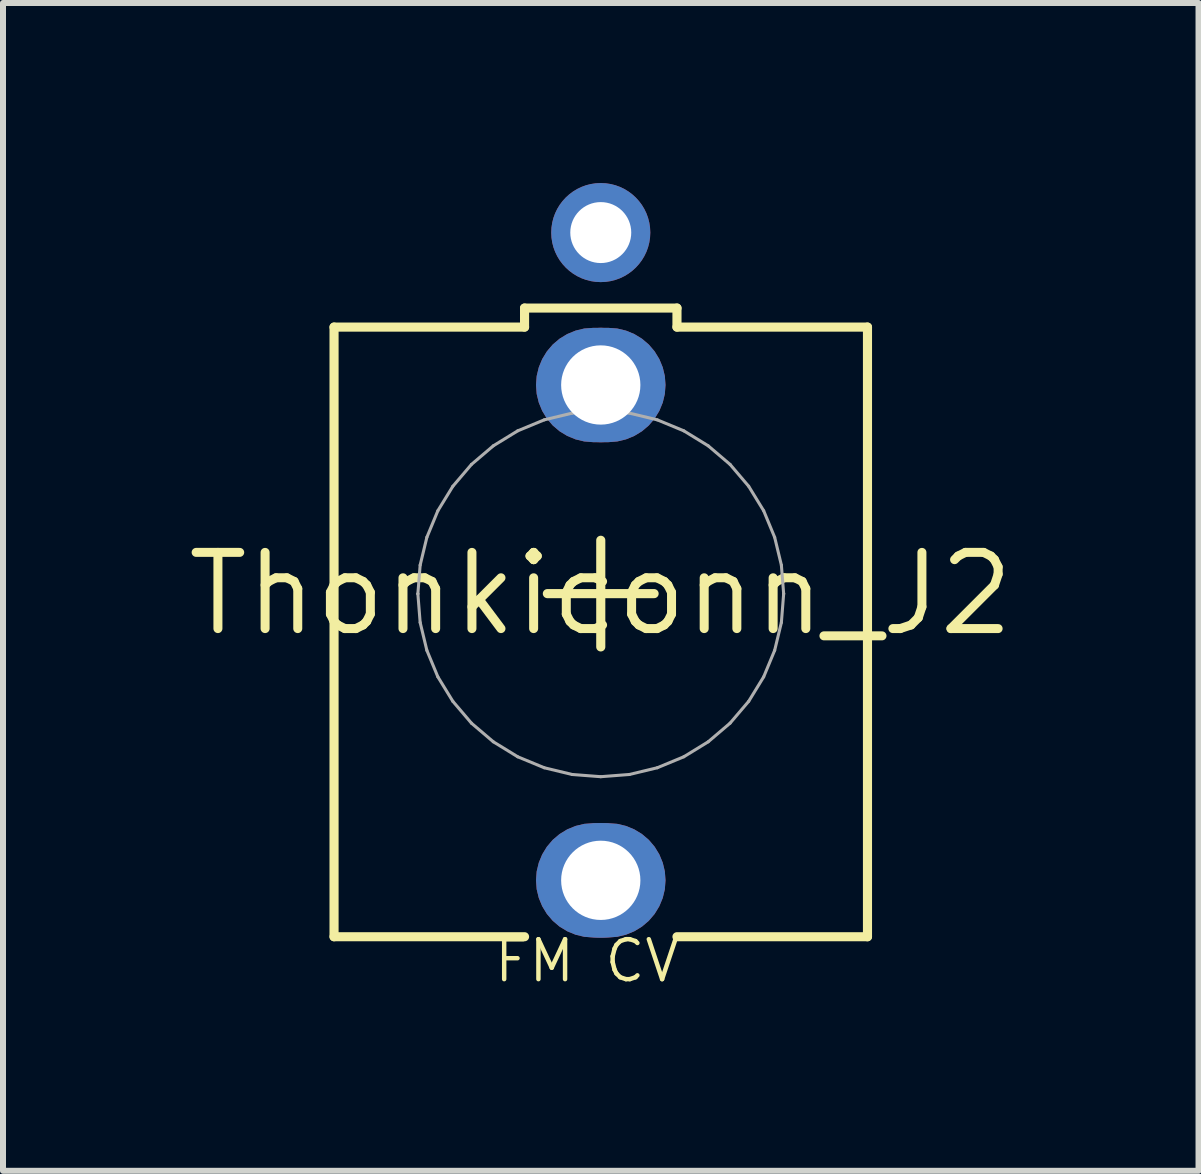
<source format=kicad_pcb>
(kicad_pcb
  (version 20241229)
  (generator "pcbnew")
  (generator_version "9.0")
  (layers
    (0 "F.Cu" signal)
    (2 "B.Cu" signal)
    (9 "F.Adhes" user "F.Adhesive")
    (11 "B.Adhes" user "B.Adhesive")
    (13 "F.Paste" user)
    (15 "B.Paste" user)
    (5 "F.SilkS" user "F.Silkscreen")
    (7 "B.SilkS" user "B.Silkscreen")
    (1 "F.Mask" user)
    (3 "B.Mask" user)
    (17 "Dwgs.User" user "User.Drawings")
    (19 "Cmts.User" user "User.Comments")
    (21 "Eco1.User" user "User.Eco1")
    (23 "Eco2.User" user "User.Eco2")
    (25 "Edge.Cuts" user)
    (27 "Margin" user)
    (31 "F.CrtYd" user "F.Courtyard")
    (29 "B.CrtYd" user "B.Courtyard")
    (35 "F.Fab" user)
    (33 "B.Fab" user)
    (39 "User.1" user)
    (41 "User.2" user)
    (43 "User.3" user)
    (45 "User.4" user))
  (footprint "Thonkiconn_J2"
    (layer "F.Cu")
    (at 6.962 6.846)
    (property "Reference" "Thonkiconn_J2" (at 0 0 0) (layer "F.SilkS") (effects (font (size 1.27 1.27) (thickness 0.15))))
    (fp_poly (pts (xy 0.276 -4.421) (xy 0.421 -4.386) (xy 0.559 -4.329) (xy 0.687 -4.251) (xy 0.801 -4.154) (xy 0.898 -4.04) (xy 0.976 -3.912) (xy 1.033 -3.774) (xy 1.068 -3.629) (xy 1.079 -3.48) (xy 1.068 -3.331) (xy 1.033 -3.186) (xy 0.976 -3.048) (xy 0.898 -2.92) (xy 0.801 -2.806) (xy 0.687 -2.709) (xy 0.559 -2.631) (xy 0.421 -2.574) (xy 0.276 -2.539) (xy 0.127 -2.527) (xy -0.127 -2.527) (xy -0.276 -2.539) (xy -0.421 -2.574) (xy -0.559 -2.631) (xy -0.687 -2.709) (xy -0.801 -2.806) (xy -0.898 -2.92) (xy -0.976 -3.048) (xy -1.033 -3.186) (xy -1.068 -3.331) (xy -1.079 -3.48) (xy -1.068 -3.629) (xy -1.033 -3.774) (xy -0.976 -3.912) (xy -0.898 -4.04) (xy -0.801 -4.154) (xy -0.687 -4.251) (xy -0.559 -4.329) (xy -0.421 -4.386) (xy -0.276 -4.421) (xy -0.127 -4.432) (xy 0.127 -4.432)) (stroke (width 0) (type default)) (fill yes) (layer "F.Cu"))
    (fp_poly (pts (xy 0.276 3.834) (xy 0.421 3.869) (xy 0.559 3.926) (xy 0.687 4.004) (xy 0.801 4.101) (xy 0.898 4.215) (xy 0.976 4.343) (xy 1.033 4.481) (xy 1.068 4.626) (xy 1.079 4.775) (xy 1.068 4.924) (xy 1.033 5.069) (xy 0.976 5.207) (xy 0.898 5.335) (xy 0.801 5.449) (xy 0.687 5.546) (xy 0.559 5.624) (xy 0.421 5.681) (xy 0.276 5.716) (xy 0.127 5.728) (xy -0.127 5.728) (xy -0.276 5.716) (xy -0.421 5.681) (xy -0.559 5.624) (xy -0.687 5.546) (xy -0.801 5.449) (xy -0.898 5.335) (xy -0.976 5.207) (xy -1.033 5.069) (xy -1.068 4.924) (xy -1.079 4.775) (xy -1.068 4.626) (xy -1.033 4.481) (xy -0.976 4.343) (xy -0.898 4.215) (xy -0.801 4.101) (xy -0.687 4.004) (xy -0.559 3.926) (xy -0.421 3.869) (xy -0.276 3.834) (xy -0.127 3.823) (xy 0.127 3.823)) (stroke (width 0) (type default)) (fill yes) (layer "F.Cu"))
    (fp_poly (pts (xy 0.292 -4.522) (xy 0.453 -4.483) (xy 0.606 -4.42) (xy 0.748 -4.334) (xy 0.873 -4.226) (xy 0.981 -4.1) (xy 1.067 -3.958) (xy 1.131 -3.806) (xy 1.169 -3.645) (xy 1.182 -3.48) (xy 1.169 -3.315) (xy 1.131 -3.154) (xy 1.067 -3.001) (xy 0.981 -2.859) (xy 0.873 -2.733) (xy 0.748 -2.626) (xy 0.606 -2.54) (xy 0.453 -2.476) (xy 0.292 -2.438) (xy 0.127 -2.425) (xy -0.127 -2.425) (xy -0.292 -2.438) (xy -0.453 -2.476) (xy -0.606 -2.54) (xy -0.748 -2.626) (xy -0.873 -2.733) (xy -0.981 -2.859) (xy -1.067 -3.001) (xy -1.131 -3.154) (xy -1.169 -3.315) (xy -1.182 -3.48) (xy -1.169 -3.645) (xy -1.131 -3.806) (xy -1.067 -3.958) (xy -0.981 -4.1) (xy -0.873 -4.226) (xy -0.748 -4.334) (xy -0.606 -4.42) (xy -0.453 -4.483) (xy -0.292 -4.522) (xy -0.127 -4.535) (xy 0.127 -4.535)) (stroke (width 0) (type default)) (fill yes) (layer "F.Mask"))
    (fp_poly (pts (xy 0.292 3.733) (xy 0.453 3.772) (xy 0.606 3.835) (xy 0.748 3.921) (xy 0.873 4.029) (xy 0.981 4.155) (xy 1.067 4.297) (xy 1.131 4.449) (xy 1.169 4.61) (xy 1.182 4.775) (xy 1.169 4.94) (xy 1.131 5.101) (xy 1.067 5.254) (xy 0.981 5.396) (xy 0.873 5.522) (xy 0.748 5.629) (xy 0.606 5.715) (xy 0.453 5.779) (xy 0.292 5.817) (xy 0.127 5.83) (xy -0.127 5.83) (xy -0.292 5.817) (xy -0.453 5.779) (xy -0.606 5.715) (xy -0.748 5.629) (xy -0.873 5.522) (xy -0.981 5.396) (xy -1.067 5.254) (xy -1.131 5.101) (xy -1.169 4.94) (xy -1.182 4.775) (xy -1.169 4.61) (xy -1.131 4.449) (xy -1.067 4.297) (xy -0.981 4.155) (xy -0.873 4.029) (xy -0.748 3.921) (xy -0.606 3.835) (xy -0.453 3.772) (xy -0.292 3.733) (xy -0.127 3.72) (xy 0.127 3.72)) (stroke (width 0) (type default)) (fill yes) (layer "F.Mask"))
    (fp_poly (pts (xy 0.276 -4.421) (xy 0.421 -4.386) (xy 0.559 -4.329) (xy 0.687 -4.251) (xy 0.801 -4.154) (xy 0.898 -4.04) (xy 0.976 -3.912) (xy 1.033 -3.774) (xy 1.068 -3.629) (xy 1.079 -3.48) (xy 1.068 -3.331) (xy 1.033 -3.186) (xy 0.976 -3.048) (xy 0.898 -2.92) (xy 0.801 -2.806) (xy 0.687 -2.709) (xy 0.559 -2.631) (xy 0.421 -2.574) (xy 0.276 -2.539) (xy 0.127 -2.527) (xy -0.127 -2.527) (xy -0.276 -2.539) (xy -0.421 -2.574) (xy -0.559 -2.631) (xy -0.687 -2.709) (xy -0.801 -2.806) (xy -0.898 -2.92) (xy -0.976 -3.048) (xy -1.033 -3.186) (xy -1.068 -3.331) (xy -1.079 -3.48) (xy -1.068 -3.629) (xy -1.033 -3.774) (xy -0.976 -3.912) (xy -0.898 -4.04) (xy -0.801 -4.154) (xy -0.687 -4.251) (xy -0.559 -4.329) (xy -0.421 -4.386) (xy -0.276 -4.421) (xy -0.127 -4.432) (xy 0.127 -4.432)) (stroke (width 0) (type default)) (fill yes) (layer "B.Cu"))
    (fp_poly (pts (xy 0.276 3.834) (xy 0.421 3.869) (xy 0.559 3.926) (xy 0.687 4.004) (xy 0.801 4.101) (xy 0.898 4.215) (xy 0.976 4.343) (xy 1.033 4.481) (xy 1.068 4.626) (xy 1.079 4.775) (xy 1.068 4.924) (xy 1.033 5.069) (xy 0.976 5.207) (xy 0.898 5.335) (xy 0.801 5.449) (xy 0.687 5.546) (xy 0.559 5.624) (xy 0.421 5.681) (xy 0.276 5.716) (xy 0.127 5.728) (xy -0.127 5.728) (xy -0.276 5.716) (xy -0.421 5.681) (xy -0.559 5.624) (xy -0.687 5.546) (xy -0.801 5.449) (xy -0.898 5.335) (xy -0.976 5.207) (xy -1.033 5.069) (xy -1.068 4.924) (xy -1.079 4.775) (xy -1.068 4.626) (xy -1.033 4.481) (xy -0.976 4.343) (xy -0.898 4.215) (xy -0.801 4.101) (xy -0.687 4.004) (xy -0.559 3.926) (xy -0.421 3.869) (xy -0.276 3.834) (xy -0.127 3.823) (xy 0.127 3.823)) (stroke (width 0) (type default)) (fill yes) (layer "B.Cu"))
    (fp_poly (pts (xy 0.292 -4.522) (xy 0.453 -4.483) (xy 0.606 -4.42) (xy 0.748 -4.334) (xy 0.873 -4.226) (xy 0.981 -4.1) (xy 1.067 -3.958) (xy 1.131 -3.806) (xy 1.169 -3.645) (xy 1.182 -3.48) (xy 1.169 -3.315) (xy 1.131 -3.154) (xy 1.067 -3.001) (xy 0.981 -2.859) (xy 0.873 -2.733) (xy 0.748 -2.626) (xy 0.606 -2.54) (xy 0.453 -2.476) (xy 0.292 -2.438) (xy 0.127 -2.425) (xy -0.127 -2.425) (xy -0.292 -2.438) (xy -0.453 -2.476) (xy -0.606 -2.54) (xy -0.748 -2.626) (xy -0.873 -2.733) (xy -0.981 -2.859) (xy -1.067 -3.001) (xy -1.131 -3.154) (xy -1.169 -3.315) (xy -1.182 -3.48) (xy -1.169 -3.645) (xy -1.131 -3.806) (xy -1.067 -3.958) (xy -0.981 -4.1) (xy -0.873 -4.226) (xy -0.748 -4.334) (xy -0.606 -4.42) (xy -0.453 -4.483) (xy -0.292 -4.522) (xy -0.127 -4.535) (xy 0.127 -4.535)) (stroke (width 0) (type default)) (fill yes) (layer "B.Mask"))
    (fp_poly (pts (xy 0.292 3.733) (xy 0.453 3.772) (xy 0.606 3.835) (xy 0.748 3.921) (xy 0.873 4.029) (xy 0.981 4.155) (xy 1.067 4.297) (xy 1.131 4.449) (xy 1.169 4.61) (xy 1.182 4.775) (xy 1.169 4.94) (xy 1.131 5.101) (xy 1.067 5.254) (xy 0.981 5.396) (xy 0.873 5.522) (xy 0.748 5.629) (xy 0.606 5.715) (xy 0.453 5.779) (xy 0.292 5.817) (xy 0.127 5.83) (xy -0.127 5.83) (xy -0.292 5.817) (xy -0.453 5.779) (xy -0.606 5.715) (xy -0.748 5.629) (xy -0.873 5.522) (xy -0.981 5.396) (xy -1.067 5.254) (xy -1.131 5.101) (xy -1.169 4.94) (xy -1.182 4.775) (xy -1.169 4.61) (xy -1.131 4.449) (xy -1.067 4.297) (xy -0.981 4.155) (xy -0.873 4.029) (xy -0.748 3.921) (xy -0.606 3.835) (xy -0.453 3.772) (xy -0.292 3.733) (xy -0.127 3.72) (xy 0.127 3.72)) (stroke (width 0) (type default)) (fill yes) (layer "B.Mask"))
    (fp_line (start -4.445 -4.445) (end -4.445 5.715) (stroke (width 0.152) (type solid)) (layer "F.SilkS"))
    (fp_line (start -1.27 -4.762) (end 1.27 -4.762) (stroke (width 0.152) (type solid)) (layer "F.SilkS"))
    (fp_line (start -1.27 -4.445) (end -4.445 -4.445) (stroke (width 0.152) (type solid)) (layer "F.SilkS"))
    (fp_line (start -1.27 -4.445) (end -1.27 -4.762) (stroke (width 0.152) (type solid)) (layer "F.SilkS"))
    (fp_line (start -1.27 5.715) (end -4.445 5.715) (stroke (width 0.152) (type solid)) (layer "F.SilkS"))
    (fp_line (start -0.89 -0.003) (end 0.889 -0.003) (stroke (width 0.152) (type solid)) (layer "F.SilkS"))
    (fp_line (start 0 0.885) (end 0 -0.892) (stroke (width 0.152) (type solid)) (layer "F.SilkS"))
    (fp_line (start 1.27 -4.762) (end 1.27 -4.445) (stroke (width 0.152) (type solid)) (layer "F.SilkS"))
    (fp_line (start 1.27 -4.445) (end 4.445 -4.445) (stroke (width 0.152) (type solid)) (layer "F.SilkS"))
    (fp_line (start 1.27 5.715) (end 4.445 5.715) (stroke (width 0.152) (type solid)) (layer "F.SilkS"))
    (fp_line (start 4.445 5.715) (end 4.445 -4.445) (stroke (width 0.152) (type solid)) (layer "F.SilkS"))
    (fp_line (start -3.048 -0.001) (end -3.048 0.001) (stroke (width 0.051) (type solid)) (layer "F.Fab"))
    (fp_line (start -3.048 0.001) (end -3.01 0.478) (stroke (width 0.051) (type solid)) (layer "F.Fab"))
    (fp_line (start -3.01 -0.478) (end -3.048 -0.001) (stroke (width 0.051) (type solid)) (layer "F.Fab"))
    (fp_line (start -3.01 0.478) (end -2.898 0.943) (stroke (width 0.051) (type solid)) (layer "F.Fab"))
    (fp_line (start -2.898 -0.942) (end -3.01 -0.478) (stroke (width 0.051) (type solid)) (layer "F.Fab"))
    (fp_line (start -2.898 0.943) (end -2.715 1.384) (stroke (width 0.051) (type solid)) (layer "F.Fab"))
    (fp_line (start -2.715 -1.384) (end -2.898 -0.942) (stroke (width 0.051) (type solid)) (layer "F.Fab"))
    (fp_line (start -2.715 1.384) (end -2.465 1.792) (stroke (width 0.051) (type solid)) (layer "F.Fab"))
    (fp_line (start -2.465 -1.792) (end -2.715 -1.384) (stroke (width 0.051) (type solid)) (layer "F.Fab"))
    (fp_line (start -2.465 1.792) (end -2.155 2.156) (stroke (width 0.051) (type solid)) (layer "F.Fab"))
    (fp_line (start -2.155 -2.156) (end -2.465 -1.792) (stroke (width 0.051) (type solid)) (layer "F.Fab"))
    (fp_line (start -2.155 2.156) (end -1.791 2.466) (stroke (width 0.051) (type solid)) (layer "F.Fab"))
    (fp_line (start -1.791 -2.466) (end -2.155 -2.156) (stroke (width 0.051) (type solid)) (layer "F.Fab"))
    (fp_line (start -1.791 2.466) (end -1.384 2.716) (stroke (width 0.051) (type solid)) (layer "F.Fab"))
    (fp_line (start -1.384 -2.716) (end -1.791 -2.466) (stroke (width 0.051) (type solid)) (layer "F.Fab"))
    (fp_line (start -1.384 2.716) (end -0.942 2.899) (stroke (width 0.051) (type solid)) (layer "F.Fab"))
    (fp_line (start -0.942 -2.899) (end -1.384 -2.716) (stroke (width 0.051) (type solid)) (layer "F.Fab"))
    (fp_line (start -0.942 2.899) (end -0.477 3.011) (stroke (width 0.051) (type solid)) (layer "F.Fab"))
    (fp_line (start -0.477 -3.011) (end -0.942 -2.899) (stroke (width 0.051) (type solid)) (layer "F.Fab"))
    (fp_line (start -0.477 3.011) (end 0 3.048) (stroke (width 0.051) (type solid)) (layer "F.Fab"))
    (fp_line (start 0 -3.048) (end -0.477 -3.011) (stroke (width 0.051) (type solid)) (layer "F.Fab"))
    (fp_line (start 0 3.048) (end 0.477 3.011) (stroke (width 0.051) (type solid)) (layer "F.Fab"))
    (fp_line (start 0.477 -3.011) (end 0 -3.048) (stroke (width 0.051) (type solid)) (layer "F.Fab"))
    (fp_line (start 0.477 3.011) (end 0.942 2.899) (stroke (width 0.051) (type solid)) (layer "F.Fab"))
    (fp_line (start 0.942 -2.899) (end 0.477 -3.011) (stroke (width 0.051) (type solid)) (layer "F.Fab"))
    (fp_line (start 0.942 2.899) (end 1.384 2.716) (stroke (width 0.051) (type solid)) (layer "F.Fab"))
    (fp_line (start 1.384 -2.716) (end 0.942 -2.899) (stroke (width 0.051) (type solid)) (layer "F.Fab"))
    (fp_line (start 1.384 2.716) (end 1.791 2.466) (stroke (width 0.051) (type solid)) (layer "F.Fab"))
    (fp_line (start 1.791 -2.466) (end 1.384 -2.716) (stroke (width 0.051) (type solid)) (layer "F.Fab"))
    (fp_line (start 1.791 2.466) (end 2.155 2.156) (stroke (width 0.051) (type solid)) (layer "F.Fab"))
    (fp_line (start 2.155 -2.156) (end 1.791 -2.466) (stroke (width 0.051) (type solid)) (layer "F.Fab"))
    (fp_line (start 2.155 2.156) (end 2.465 1.792) (stroke (width 0.051) (type solid)) (layer "F.Fab"))
    (fp_line (start 2.465 -1.792) (end 2.155 -2.156) (stroke (width 0.051) (type solid)) (layer "F.Fab"))
    (fp_line (start 2.465 1.792) (end 2.715 1.384) (stroke (width 0.051) (type solid)) (layer "F.Fab"))
    (fp_line (start 2.715 -1.384) (end 2.465 -1.792) (stroke (width 0.051) (type solid)) (layer "F.Fab"))
    (fp_line (start 2.715 1.384) (end 2.898 0.943) (stroke (width 0.051) (type solid)) (layer "F.Fab"))
    (fp_line (start 2.898 -0.942) (end 2.715 -1.384) (stroke (width 0.051) (type solid)) (layer "F.Fab"))
    (fp_line (start 2.898 0.943) (end 3.01 0.478) (stroke (width 0.051) (type solid)) (layer "F.Fab"))
    (fp_line (start 3.01 -0.478) (end 2.898 -0.942) (stroke (width 0.051) (type solid)) (layer "F.Fab"))
    (fp_line (start 3.01 0.478) (end 3.048 0.001) (stroke (width 0.051) (type solid)) (layer "F.Fab"))
    (fp_line (start 3.048 -0.001) (end 3.01 -0.478) (stroke (width 0.051) (type solid)) (layer "F.Fab"))
    (fp_line (start 3.048 0.001) (end 3.048 -0.001) (stroke (width 0.051) (type solid)) (layer "F.Fab"))
    (fp_text user "FM CV" (at -1.817 5.728 0) (unlocked yes) (layer "F.SilkS") (effects (font (size 0.666 0.666) (thickness 0.074)) (justify left top)))
    (pad "1" thru_hole circle (at 0 -3.48) (size 1.905 1.905) (drill 1.321) (layers "*.Cu"))
    (pad "2" thru_hole circle (at 0 4.775) (size 1.905 1.905) (drill 1.321) (layers "*.Cu"))
    (pad "3" thru_hole circle (at 0 -6.02) (size 1.651 1.651) (drill 1.016) (layers "*.Cu" "*.Mask"))
    (zone (net_name "") (layer "F.Cu") (hatch edge 0.5) (connect_pads) (min_thickness 0.25) (filled_areas_thickness no) (keepout (tracks not_allowed) (vias not_allowed) (pads not_allowed) (copperpour not_allowed) (footprints allowed)) (placement (enabled no)) (fill) (polygon (pts (xy 8.204 6.845) (xy 8.184 6.623) (xy 8.125 6.408) (xy 8.028 6.207) (xy 7.897 6.027) (xy 7.736 5.873) (xy 7.551 5.751) (xy 7.346 5.663) (xy 7.129 5.614) (xy 6.906 5.604) (xy 6.686 5.634) (xy 6.474 5.702) (xy 6.278 5.808) (xy 6.104 5.947) (xy 5.957 6.114) (xy 5.843 6.306) (xy 5.765 6.514) (xy 5.725 6.733) (xy 5.725 6.956) (xy 5.765 7.175) (xy 5.843 7.383) (xy 5.957 7.575) (xy 6.104 7.742) (xy 6.278 7.881) (xy 6.474 7.987) (xy 6.686 8.055) (xy 6.906 8.085) (xy 7.129 8.075) (xy 7.346 8.026) (xy 7.551 7.938) (xy 7.736 7.816) (xy 7.897 7.662) (xy 8.028 7.482) (xy 8.125 7.281) (xy 8.184 7.066))) (polygon (pts (xy 7.954 6.845) (xy 7.934 6.645) (xy 7.874 6.453) (xy 7.776 6.278) (xy 7.646 6.126) (xy 7.487 6.003) (xy 7.307 5.914) (xy 7.112 5.864) (xy 6.912 5.854) (xy 6.713 5.884) (xy 6.525 5.954) (xy 6.355 6.06) (xy 6.209 6.198) (xy 6.095 6.363) (xy 6.016 6.548) (xy 5.975 6.744) (xy 5.975 6.945) (xy 6.016 7.141) (xy 6.095 7.326) (xy 6.209 7.491) (xy 6.355 7.629) (xy 6.525 7.735) (xy 6.713 7.805) (xy 6.912 7.835) (xy 7.112 7.825) (xy 7.307 7.775) (xy 7.487 7.686) (xy 7.646 7.563) (xy 7.776 7.411) (xy 7.874 7.236) (xy 7.934 7.044)))))
  (gr_rect
    (start -3 -3)
    (end 16.924 16.462)
    (stroke (width 0.1) (type default))
    (fill no)
    (layer "Edge.Cuts")))
</source>
